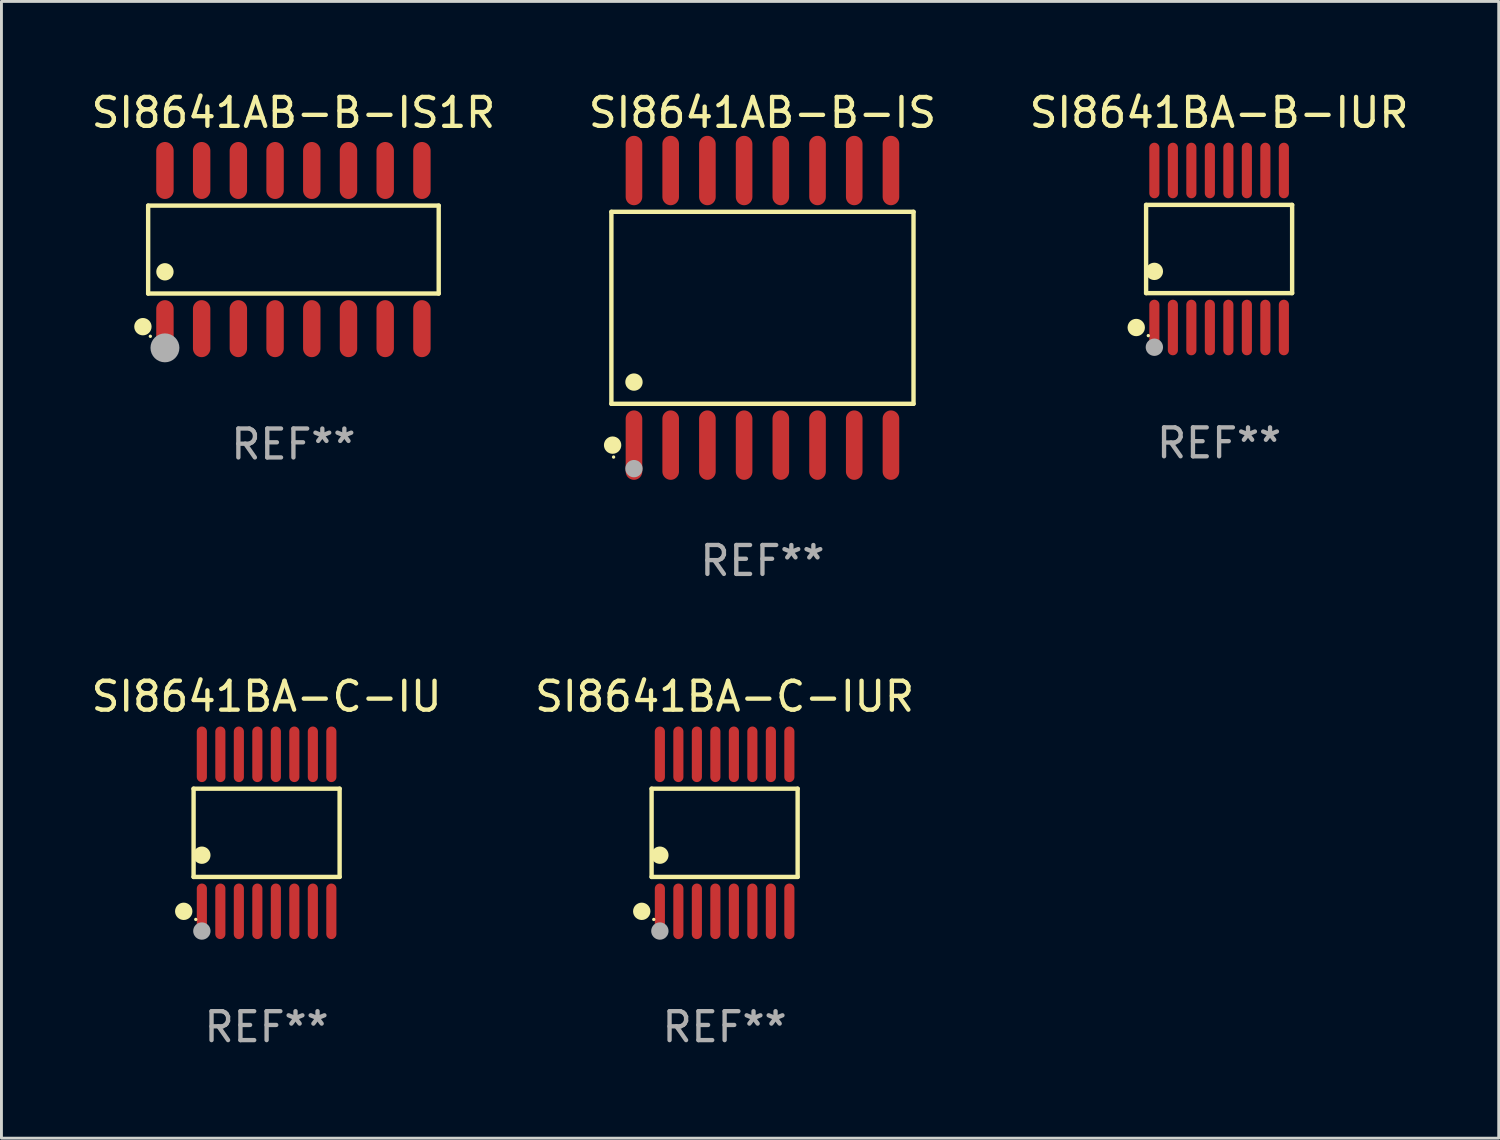
<source format=kicad_pcb>
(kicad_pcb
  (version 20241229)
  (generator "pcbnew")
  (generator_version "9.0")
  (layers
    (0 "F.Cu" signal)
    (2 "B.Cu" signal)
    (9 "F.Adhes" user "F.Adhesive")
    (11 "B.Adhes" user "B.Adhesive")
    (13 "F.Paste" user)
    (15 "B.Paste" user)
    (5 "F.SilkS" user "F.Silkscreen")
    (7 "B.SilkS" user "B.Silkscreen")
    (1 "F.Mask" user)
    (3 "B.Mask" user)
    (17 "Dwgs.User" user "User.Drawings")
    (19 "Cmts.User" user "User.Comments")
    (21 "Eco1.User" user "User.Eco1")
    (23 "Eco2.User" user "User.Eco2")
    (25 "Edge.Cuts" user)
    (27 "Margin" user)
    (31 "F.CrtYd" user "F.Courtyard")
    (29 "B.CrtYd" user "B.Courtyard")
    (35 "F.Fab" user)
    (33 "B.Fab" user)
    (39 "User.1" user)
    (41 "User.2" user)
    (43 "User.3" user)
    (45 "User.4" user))
  (footprint "SI8641BA-C-IUR"
    (layer "F.Cu")
    (at 22.018 25.761)
    (property "Reference" "SI8641BA-C-IUR" (at 0 -4.716 0) (layer "F.SilkS") (effects (font (size 1 1) (thickness 0.15))))
    (attr through_hole)
    (fp_line (start -2.526 -1.526) (end 2.526 -1.526) (stroke (width 0.152) (type solid)) (layer "F.SilkS"))
    (fp_line (start -2.526 1.526) (end -2.526 -1.526) (stroke (width 0.152) (type solid)) (layer "F.SilkS"))
    (fp_line (start 2.526 -1.526) (end 2.526 1.526) (stroke (width 0.152) (type solid)) (layer "F.SilkS"))
    (fp_line (start 2.526 1.526) (end -2.526 1.526) (stroke (width 0.152) (type solid)) (layer "F.SilkS"))
    (fp_circle (center -2.867 2.716) (end -2.717 2.716) (stroke (width 0.3) (type solid)) (fill no) (layer "F.SilkS"))
    (fp_circle (center -2.45 2.997) (end -2.42 2.997) (stroke (width 0.06) (type solid)) (fill no) (layer "F.SilkS"))
    (fp_circle (center -2.24 0.774) (end -2.09 0.774) (stroke (width 0.3) (type solid)) (fill no) (layer "F.SilkS"))
    (fp_circle (center -2.24 3.398) (end -2.09 3.398) (stroke (width 0.3) (type solid)) (fill no) (layer "F.Fab"))
    (fp_text user "REF**" (at 0 6.716 0) (layer "F.Fab") (effects (font (size 1 1) (thickness 0.15))))
    (pad "1" smd oval (at -2.24 2.716) (size 0.35 1.922) (layers "F.Cu" "F.Mask" "F.Paste"))
    (pad "2" smd oval (at -1.6 2.716) (size 0.35 1.922) (layers "F.Cu" "F.Mask" "F.Paste"))
    (pad "3" smd oval (at -0.96 2.716) (size 0.35 1.922) (layers "F.Cu" "F.Mask" "F.Paste"))
    (pad "4" smd oval (at -0.32 2.716) (size 0.35 1.922) (layers "F.Cu" "F.Mask" "F.Paste"))
    (pad "5" smd oval (at 0.32 2.716) (size 0.35 1.922) (layers "F.Cu" "F.Mask" "F.Paste"))
    (pad "6" smd oval (at 0.96 2.716) (size 0.35 1.922) (layers "F.Cu" "F.Mask" "F.Paste"))
    (pad "7" smd oval (at 1.6 2.716) (size 0.35 1.922) (layers "F.Cu" "F.Mask" "F.Paste"))
    (pad "8" smd oval (at 2.24 2.716) (size 0.35 1.922) (layers "F.Cu" "F.Mask" "F.Paste"))
    (pad "9" smd oval (at 2.24 -2.716) (size 0.35 1.922) (layers "F.Cu" "F.Mask" "F.Paste"))
    (pad "10" smd oval (at 1.6 -2.716) (size 0.35 1.922) (layers "F.Cu" "F.Mask" "F.Paste"))
    (pad "11" smd oval (at 0.96 -2.716) (size 0.35 1.922) (layers "F.Cu" "F.Mask" "F.Paste"))
    (pad "12" smd oval (at 0.32 -2.716) (size 0.35 1.922) (layers "F.Cu" "F.Mask" "F.Paste"))
    (pad "13" smd oval (at -0.32 -2.716) (size 0.35 1.922) (layers "F.Cu" "F.Mask" "F.Paste"))
    (pad "14" smd oval (at -0.96 -2.716) (size 0.35 1.922) (layers "F.Cu" "F.Mask" "F.Paste"))
    (pad "15" smd oval (at -1.6 -2.716) (size 0.35 1.922) (layers "F.Cu" "F.Mask" "F.Paste"))
    (pad "16" smd oval (at -2.24 -2.716) (size 0.35 1.922) (layers "F.Cu" "F.Mask" "F.Paste")))
  (footprint "SI8641AB-B-IS1R"
    (layer "F.Cu")
    (at 7.101 5.584)
    (property "Reference" "SI8641AB-B-IS1R" (at 0 -4.736 0) (layer "F.SilkS") (effects (font (size 1 1) (thickness 0.15))))
    (attr through_hole)
    (fp_line (start -5.026 -1.521) (end 5.026 -1.521) (stroke (width 0.152) (type solid)) (layer "F.SilkS"))
    (fp_line (start -5.026 1.521) (end -5.026 -1.521) (stroke (width 0.152) (type solid)) (layer "F.SilkS"))
    (fp_line (start 5.026 -1.521) (end 5.026 1.521) (stroke (width 0.152) (type solid)) (layer "F.SilkS"))
    (fp_line (start 5.026 1.521) (end -5.026 1.521) (stroke (width 0.152) (type solid)) (layer "F.SilkS"))
    (fp_circle (center -5.207 2.667) (end -5.057 2.667) (stroke (width 0.3) (type solid)) (fill no) (layer "F.SilkS"))
    (fp_circle (center -4.95 3) (end -4.92 3) (stroke (width 0.06) (type solid)) (fill no) (layer "F.SilkS"))
    (fp_circle (center -4.445 0.769) (end -4.295 0.769) (stroke (width 0.3) (type solid)) (fill no) (layer "F.SilkS"))
    (fp_circle (center -4.445 3.4) (end -4.195 3.4) (stroke (width 0.5) (type solid)) (fill no) (layer "F.Fab"))
    (fp_text user "REF**" (at 0 6.736 0) (layer "F.Fab") (effects (font (size 1 1) (thickness 0.15))))
    (pad "1" smd oval (at -4.445 2.736) (size 0.602 1.971) (layers "F.Cu" "F.Mask" "F.Paste"))
    (pad "2" smd oval (at -3.175 2.736) (size 0.602 1.971) (layers "F.Cu" "F.Mask" "F.Paste"))
    (pad "3" smd oval (at -1.905 2.736) (size 0.602 1.971) (layers "F.Cu" "F.Mask" "F.Paste"))
    (pad "4" smd oval (at -0.635 2.736) (size 0.602 1.971) (layers "F.Cu" "F.Mask" "F.Paste"))
    (pad "5" smd oval (at 0.635 2.736) (size 0.602 1.971) (layers "F.Cu" "F.Mask" "F.Paste"))
    (pad "6" smd oval (at 1.905 2.736) (size 0.602 1.971) (layers "F.Cu" "F.Mask" "F.Paste"))
    (pad "7" smd oval (at 3.175 2.736) (size 0.602 1.971) (layers "F.Cu" "F.Mask" "F.Paste"))
    (pad "8" smd oval (at 4.445 2.736) (size 0.602 1.971) (layers "F.Cu" "F.Mask" "F.Paste"))
    (pad "9" smd oval (at 4.445 -2.736) (size 0.602 1.971) (layers "F.Cu" "F.Mask" "F.Paste"))
    (pad "10" smd oval (at 3.175 -2.736) (size 0.602 1.971) (layers "F.Cu" "F.Mask" "F.Paste"))
    (pad "11" smd oval (at 1.905 -2.736) (size 0.602 1.971) (layers "F.Cu" "F.Mask" "F.Paste"))
    (pad "12" smd oval (at 0.635 -2.736) (size 0.602 1.971) (layers "F.Cu" "F.Mask" "F.Paste"))
    (pad "13" smd oval (at -0.635 -2.736) (size 0.602 1.971) (layers "F.Cu" "F.Mask" "F.Paste"))
    (pad "14" smd oval (at -1.905 -2.736) (size 0.602 1.971) (layers "F.Cu" "F.Mask" "F.Paste"))
    (pad "15" smd oval (at -3.175 -2.736) (size 0.602 1.971) (layers "F.Cu" "F.Mask" "F.Paste"))
    (pad "16" smd oval (at -4.445 -2.736) (size 0.602 1.971) (layers "F.Cu" "F.Mask" "F.Paste")))
  (footprint "SI8641BA-B-IUR"
    (layer "F.Cu")
    (at 39.125 5.564)
    (property "Reference" "SI8641BA-B-IUR" (at 0 -4.716 0) (layer "F.SilkS") (effects (font (size 1 1) (thickness 0.15))))
    (attr through_hole)
    (fp_line (start -2.526 -1.526) (end 2.526 -1.526) (stroke (width 0.152) (type solid)) (layer "F.SilkS"))
    (fp_line (start -2.526 1.526) (end -2.526 -1.526) (stroke (width 0.152) (type solid)) (layer "F.SilkS"))
    (fp_line (start 2.526 -1.526) (end 2.526 1.526) (stroke (width 0.152) (type solid)) (layer "F.SilkS"))
    (fp_line (start 2.526 1.526) (end -2.526 1.526) (stroke (width 0.152) (type solid)) (layer "F.SilkS"))
    (fp_circle (center -2.867 2.716) (end -2.717 2.716) (stroke (width 0.3) (type solid)) (fill no) (layer "F.SilkS"))
    (fp_circle (center -2.45 2.997) (end -2.42 2.997) (stroke (width 0.06) (type solid)) (fill no) (layer "F.SilkS"))
    (fp_circle (center -2.24 0.774) (end -2.09 0.774) (stroke (width 0.3) (type solid)) (fill no) (layer "F.SilkS"))
    (fp_circle (center -2.24 3.398) (end -2.09 3.398) (stroke (width 0.3) (type solid)) (fill no) (layer "F.Fab"))
    (fp_text user "REF**" (at 0 6.716 0) (layer "F.Fab") (effects (font (size 1 1) (thickness 0.15))))
    (pad "1" smd oval (at -2.24 2.716) (size 0.35 1.922) (layers "F.Cu" "F.Mask" "F.Paste"))
    (pad "2" smd oval (at -1.6 2.716) (size 0.35 1.922) (layers "F.Cu" "F.Mask" "F.Paste"))
    (pad "3" smd oval (at -0.96 2.716) (size 0.35 1.922) (layers "F.Cu" "F.Mask" "F.Paste"))
    (pad "4" smd oval (at -0.32 2.716) (size 0.35 1.922) (layers "F.Cu" "F.Mask" "F.Paste"))
    (pad "5" smd oval (at 0.32 2.716) (size 0.35 1.922) (layers "F.Cu" "F.Mask" "F.Paste"))
    (pad "6" smd oval (at 0.96 2.716) (size 0.35 1.922) (layers "F.Cu" "F.Mask" "F.Paste"))
    (pad "7" smd oval (at 1.6 2.716) (size 0.35 1.922) (layers "F.Cu" "F.Mask" "F.Paste"))
    (pad "8" smd oval (at 2.24 2.716) (size 0.35 1.922) (layers "F.Cu" "F.Mask" "F.Paste"))
    (pad "9" smd oval (at 2.24 -2.716) (size 0.35 1.922) (layers "F.Cu" "F.Mask" "F.Paste"))
    (pad "10" smd oval (at 1.6 -2.716) (size 0.35 1.922) (layers "F.Cu" "F.Mask" "F.Paste"))
    (pad "11" smd oval (at 0.96 -2.716) (size 0.35 1.922) (layers "F.Cu" "F.Mask" "F.Paste"))
    (pad "12" smd oval (at 0.32 -2.716) (size 0.35 1.922) (layers "F.Cu" "F.Mask" "F.Paste"))
    (pad "13" smd oval (at -0.32 -2.716) (size 0.35 1.922) (layers "F.Cu" "F.Mask" "F.Paste"))
    (pad "14" smd oval (at -0.96 -2.716) (size 0.35 1.922) (layers "F.Cu" "F.Mask" "F.Paste"))
    (pad "15" smd oval (at -1.6 -2.716) (size 0.35 1.922) (layers "F.Cu" "F.Mask" "F.Paste"))
    (pad "16" smd oval (at -2.24 -2.716) (size 0.35 1.922) (layers "F.Cu" "F.Mask" "F.Paste")))
  (footprint "SI8641BA-C-IU"
    (layer "F.Cu")
    (at 6.173 25.761)
    (property "Reference" "SI8641BA-C-IU" (at 0 -4.716 0) (layer "F.SilkS") (effects (font (size 1 1) (thickness 0.15))))
    (attr through_hole)
    (fp_line (start -2.526 -1.526) (end 2.526 -1.526) (stroke (width 0.152) (type solid)) (layer "F.SilkS"))
    (fp_line (start -2.526 1.526) (end -2.526 -1.526) (stroke (width 0.152) (type solid)) (layer "F.SilkS"))
    (fp_line (start 2.526 -1.526) (end 2.526 1.526) (stroke (width 0.152) (type solid)) (layer "F.SilkS"))
    (fp_line (start 2.526 1.526) (end -2.526 1.526) (stroke (width 0.152) (type solid)) (layer "F.SilkS"))
    (fp_circle (center -2.867 2.716) (end -2.717 2.716) (stroke (width 0.3) (type solid)) (fill no) (layer "F.SilkS"))
    (fp_circle (center -2.45 2.997) (end -2.42 2.997) (stroke (width 0.06) (type solid)) (fill no) (layer "F.SilkS"))
    (fp_circle (center -2.24 0.774) (end -2.09 0.774) (stroke (width 0.3) (type solid)) (fill no) (layer "F.SilkS"))
    (fp_circle (center -2.24 3.398) (end -2.09 3.398) (stroke (width 0.3) (type solid)) (fill no) (layer "F.Fab"))
    (fp_text user "REF**" (at 0 6.716 0) (layer "F.Fab") (effects (font (size 1 1) (thickness 0.15))))
    (pad "1" smd oval (at -2.24 2.716) (size 0.35 1.922) (layers "F.Cu" "F.Mask" "F.Paste"))
    (pad "2" smd oval (at -1.6 2.716) (size 0.35 1.922) (layers "F.Cu" "F.Mask" "F.Paste"))
    (pad "3" smd oval (at -0.96 2.716) (size 0.35 1.922) (layers "F.Cu" "F.Mask" "F.Paste"))
    (pad "4" smd oval (at -0.32 2.716) (size 0.35 1.922) (layers "F.Cu" "F.Mask" "F.Paste"))
    (pad "5" smd oval (at 0.32 2.716) (size 0.35 1.922) (layers "F.Cu" "F.Mask" "F.Paste"))
    (pad "6" smd oval (at 0.96 2.716) (size 0.35 1.922) (layers "F.Cu" "F.Mask" "F.Paste"))
    (pad "7" smd oval (at 1.6 2.716) (size 0.35 1.922) (layers "F.Cu" "F.Mask" "F.Paste"))
    (pad "8" smd oval (at 2.24 2.716) (size 0.35 1.922) (layers "F.Cu" "F.Mask" "F.Paste"))
    (pad "9" smd oval (at 2.24 -2.716) (size 0.35 1.922) (layers "F.Cu" "F.Mask" "F.Paste"))
    (pad "10" smd oval (at 1.6 -2.716) (size 0.35 1.922) (layers "F.Cu" "F.Mask" "F.Paste"))
    (pad "11" smd oval (at 0.96 -2.716) (size 0.35 1.922) (layers "F.Cu" "F.Mask" "F.Paste"))
    (pad "12" smd oval (at 0.32 -2.716) (size 0.35 1.922) (layers "F.Cu" "F.Mask" "F.Paste"))
    (pad "13" smd oval (at -0.32 -2.716) (size 0.35 1.922) (layers "F.Cu" "F.Mask" "F.Paste"))
    (pad "14" smd oval (at -0.96 -2.716) (size 0.35 1.922) (layers "F.Cu" "F.Mask" "F.Paste"))
    (pad "15" smd oval (at -1.6 -2.716) (size 0.35 1.922) (layers "F.Cu" "F.Mask" "F.Paste"))
    (pad "16" smd oval (at -2.24 -2.716) (size 0.35 1.922) (layers "F.Cu" "F.Mask" "F.Paste")))
  (footprint "SI8641AB-B-IS"
    (layer "F.Cu")
    (at 23.327 7.599)
    (property "Reference" "SI8641AB-B-IS" (at 0 -6.75 0) (layer "F.SilkS") (effects (font (size 1 1) (thickness 0.15))))
    (attr through_hole)
    (fp_line (start -5.226 -3.321) (end 5.226 -3.321) (stroke (width 0.152) (type solid)) (layer "F.SilkS"))
    (fp_line (start -5.226 3.321) (end -5.226 -3.321) (stroke (width 0.152) (type solid)) (layer "F.SilkS"))
    (fp_line (start 5.226 -3.321) (end 5.226 3.321) (stroke (width 0.152) (type solid)) (layer "F.SilkS"))
    (fp_line (start 5.226 3.321) (end -5.226 3.321) (stroke (width 0.152) (type solid)) (layer "F.SilkS"))
    (fp_circle (center -5.184 4.75) (end -5.034 4.75) (stroke (width 0.3) (type solid)) (fill no) (layer "F.SilkS"))
    (fp_circle (center -5.15 5.163) (end -5.12 5.163) (stroke (width 0.06) (type solid)) (fill no) (layer "F.SilkS"))
    (fp_circle (center -4.445 2.569) (end -4.295 2.569) (stroke (width 0.3) (type solid)) (fill no) (layer "F.SilkS"))
    (fp_circle (center -4.445 5.563) (end -4.295 5.563) (stroke (width 0.3) (type solid)) (fill no) (layer "F.Fab"))
    (fp_text user "REF**" (at 0 8.75 0) (layer "F.Fab") (effects (font (size 1 1) (thickness 0.15))))
    (pad "1" smd oval (at -4.445 4.75) (size 0.574 2.401) (layers "F.Cu" "F.Mask" "F.Paste"))
    (pad "2" smd oval (at -3.175 4.75) (size 0.574 2.401) (layers "F.Cu" "F.Mask" "F.Paste"))
    (pad "3" smd oval (at -1.905 4.75) (size 0.574 2.401) (layers "F.Cu" "F.Mask" "F.Paste"))
    (pad "4" smd oval (at -0.635 4.75) (size 0.574 2.401) (layers "F.Cu" "F.Mask" "F.Paste"))
    (pad "5" smd oval (at 0.635 4.75) (size 0.574 2.401) (layers "F.Cu" "F.Mask" "F.Paste"))
    (pad "6" smd oval (at 1.905 4.75) (size 0.574 2.401) (layers "F.Cu" "F.Mask" "F.Paste"))
    (pad "7" smd oval (at 3.175 4.75) (size 0.574 2.401) (layers "F.Cu" "F.Mask" "F.Paste"))
    (pad "8" smd oval (at 4.445 4.75) (size 0.574 2.401) (layers "F.Cu" "F.Mask" "F.Paste"))
    (pad "9" smd oval (at 4.445 -4.75) (size 0.574 2.401) (layers "F.Cu" "F.Mask" "F.Paste"))
    (pad "10" smd oval (at 3.175 -4.75) (size 0.574 2.401) (layers "F.Cu" "F.Mask" "F.Paste"))
    (pad "11" smd oval (at 1.905 -4.75) (size 0.574 2.401) (layers "F.Cu" "F.Mask" "F.Paste"))
    (pad "12" smd oval (at 0.635 -4.75) (size 0.574 2.401) (layers "F.Cu" "F.Mask" "F.Paste"))
    (pad "13" smd oval (at -0.635 -4.75) (size 0.574 2.401) (layers "F.Cu" "F.Mask" "F.Paste"))
    (pad "14" smd oval (at -1.905 -4.75) (size 0.574 2.401) (layers "F.Cu" "F.Mask" "F.Paste"))
    (pad "15" smd oval (at -3.175 -4.75) (size 0.574 2.401) (layers "F.Cu" "F.Mask" "F.Paste"))
    (pad "16" smd oval (at -4.445 -4.75) (size 0.574 2.401) (layers "F.Cu" "F.Mask" "F.Paste")))
  (gr_rect
    (start -3 -3)
    (end 48.798 36.325)
    (stroke (width 0.1) (type default))
    (fill no)
    (layer "Edge.Cuts")))
</source>
